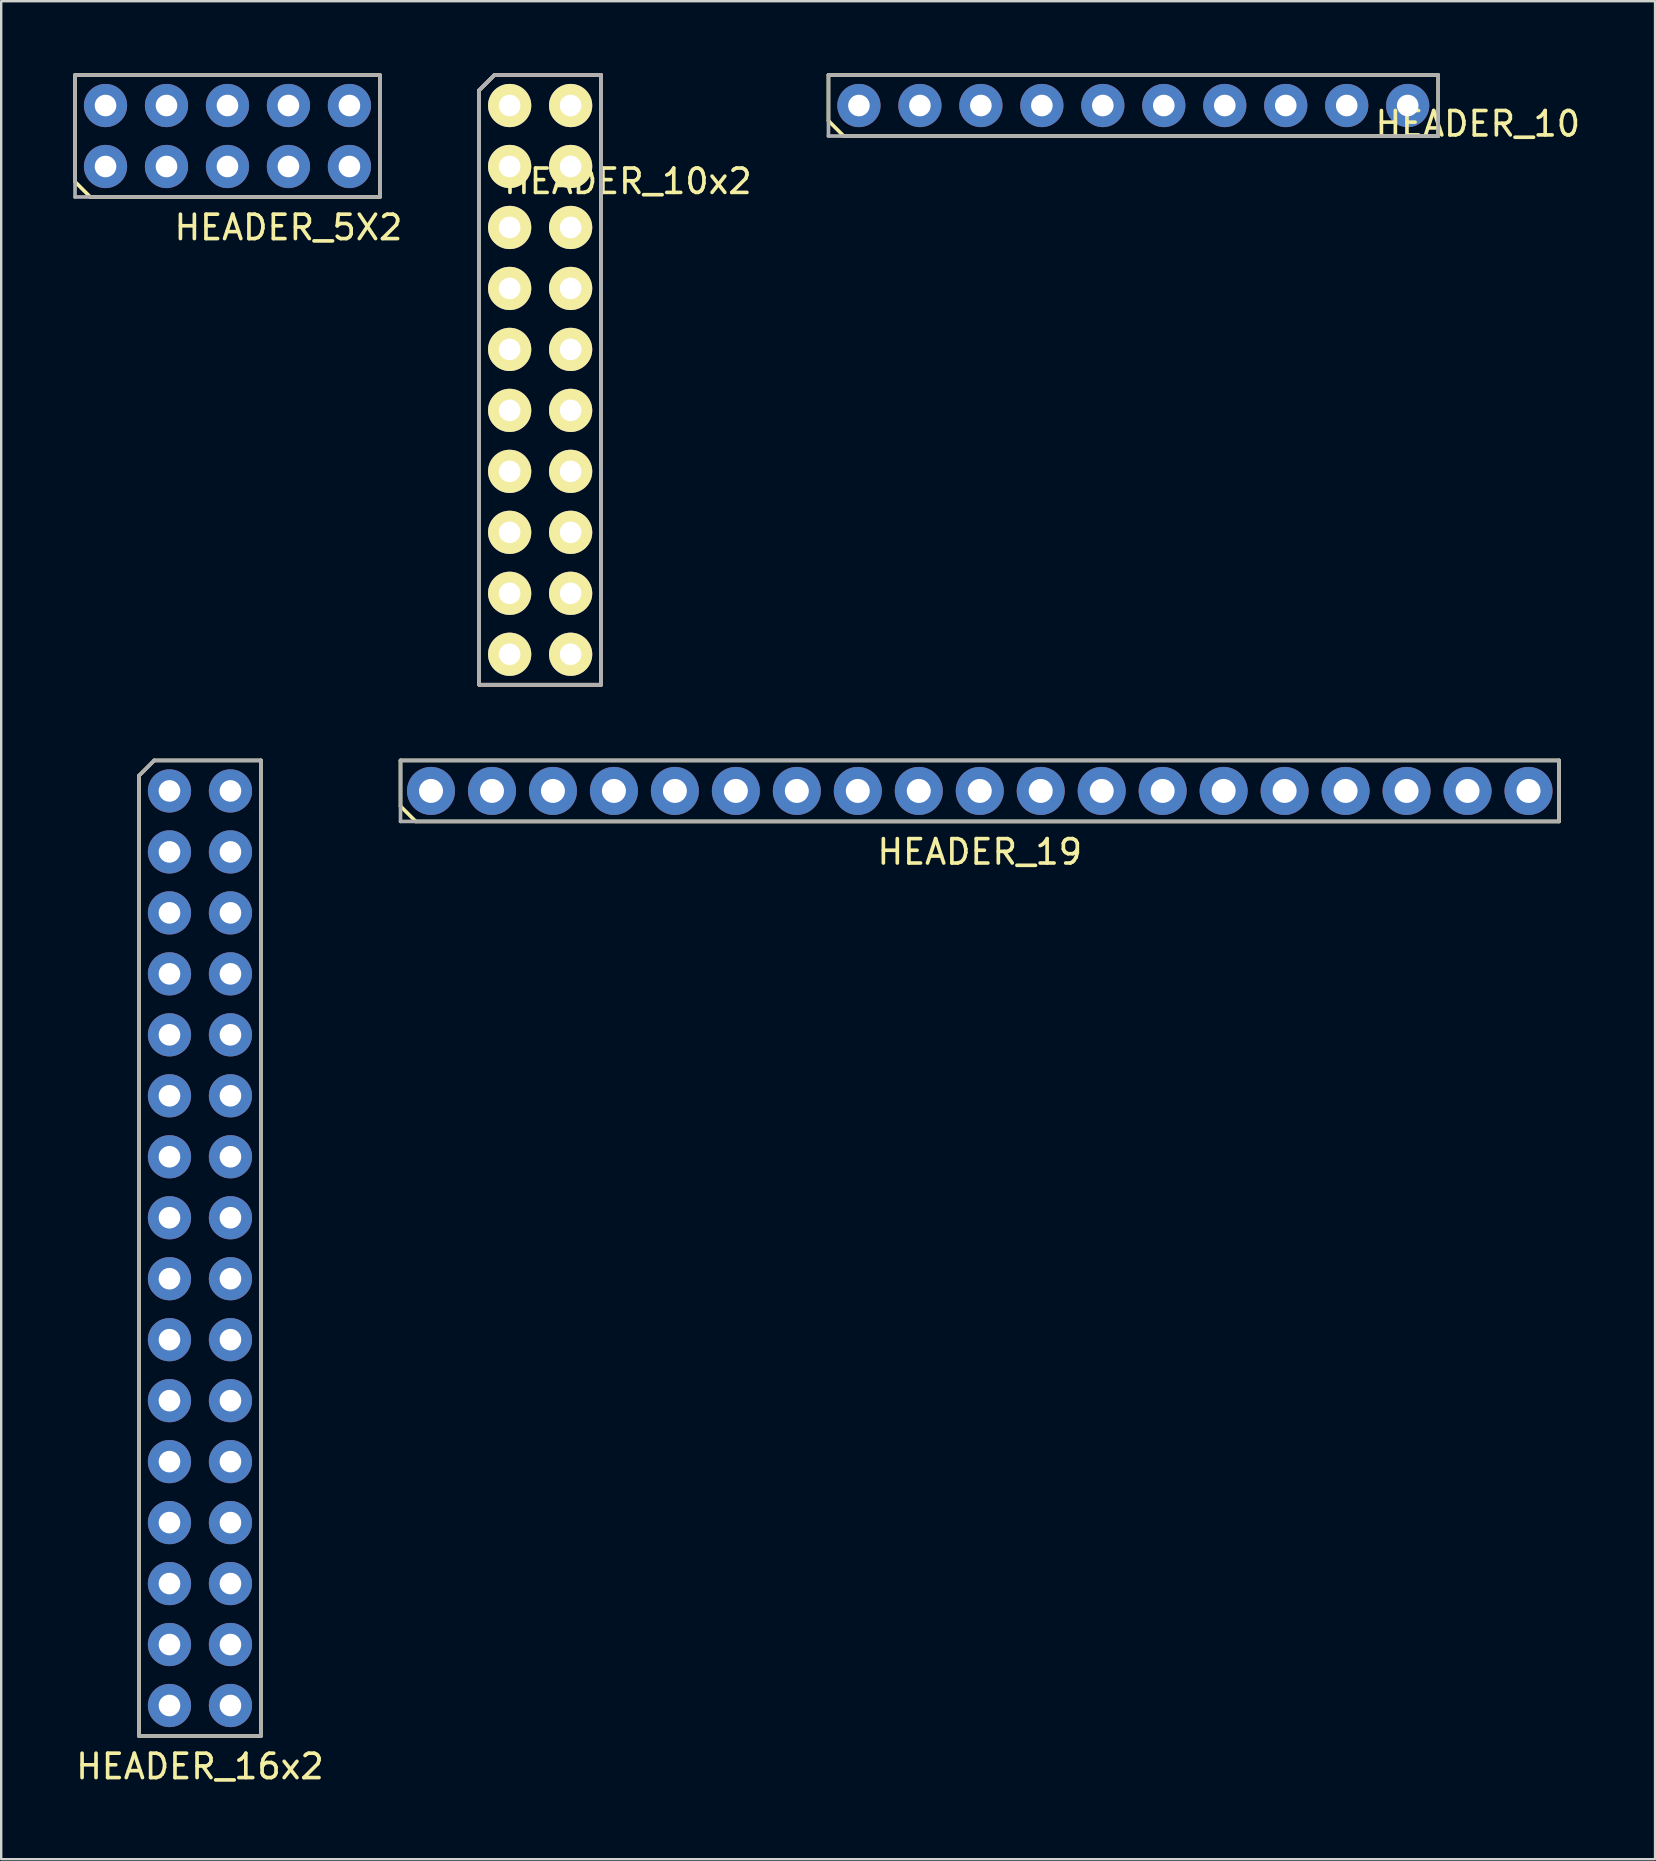
<source format=kicad_pcb>
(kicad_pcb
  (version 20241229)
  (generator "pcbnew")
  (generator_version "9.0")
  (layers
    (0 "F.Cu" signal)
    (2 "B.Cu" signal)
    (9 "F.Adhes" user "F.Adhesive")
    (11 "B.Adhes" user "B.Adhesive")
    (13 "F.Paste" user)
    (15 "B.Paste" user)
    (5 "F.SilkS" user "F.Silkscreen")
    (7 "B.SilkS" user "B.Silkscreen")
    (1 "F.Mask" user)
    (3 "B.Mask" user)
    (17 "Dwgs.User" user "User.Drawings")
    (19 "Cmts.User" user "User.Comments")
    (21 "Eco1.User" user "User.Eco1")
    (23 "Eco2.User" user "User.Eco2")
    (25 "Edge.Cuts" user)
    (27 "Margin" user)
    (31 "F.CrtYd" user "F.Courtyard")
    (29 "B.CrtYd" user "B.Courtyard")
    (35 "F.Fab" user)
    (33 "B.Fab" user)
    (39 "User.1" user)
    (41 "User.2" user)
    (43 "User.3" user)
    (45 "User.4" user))
  (footprint "HEADER_10"
    (layer "F.Cu")
    (at 44.162 1.346)
    (property "Reference" "HEADER_10" (at 14.351 0.762 0) (layer "F.SilkS") (effects (font (size 1.016 1.016) (thickness 0.152))))
    (attr through_hole)
    (fp_line (start -12.7 -1.27) (end 12.7 -1.27) (stroke (width 0.152) (type solid)) (layer "F.SilkS"))
    (fp_line (start -12.7 0.635) (end -12.7 -1.27) (stroke (width 0.152) (type solid)) (layer "F.SilkS"))
    (fp_line (start -12.7 0.635) (end -12.065 1.27) (stroke (width 0.152) (type solid)) (layer "F.SilkS"))
    (fp_line (start 12.7 1.27) (end -12.065 1.27) (stroke (width 0.152) (type solid)) (layer "F.SilkS"))
    (fp_line (start 12.7 1.27) (end 12.7 -1.27) (stroke (width 0.152) (type solid)) (layer "F.SilkS"))
    (fp_line (start -12.7 -1.27) (end 12.7 -1.27) (stroke (width 0.152) (type solid)) (layer "F.Fab"))
    (fp_line (start -12.7 1.27) (end -12.7 -1.27) (stroke (width 0.152) (type solid)) (layer "F.Fab"))
    (fp_line (start -12.7 1.27) (end 12.7 1.27) (stroke (width 0.152) (type solid)) (layer "F.Fab"))
    (fp_line (start 12.7 1.27) (end 12.7 -1.27) (stroke (width 0.152) (type solid)) (layer "F.Fab"))
    (pad "1" thru_hole circle (at -11.43 0) (size 1.8 1.8) (drill 0.9) (layers "*.Cu" "*.Mask"))
    (pad "2" thru_hole circle (at -8.89 0) (size 1.8 1.8) (drill 0.9) (layers "*.Cu" "*.Mask"))
    (pad "3" thru_hole circle (at -6.35 0) (size 1.8 1.8) (drill 0.9) (layers "*.Cu" "*.Mask"))
    (pad "4" thru_hole circle (at -3.81 0) (size 1.8 1.8) (drill 0.9) (layers "*.Cu" "*.Mask"))
    (pad "5" thru_hole circle (at -1.27 0) (size 1.8 1.8) (drill 0.9) (layers "*.Cu" "*.Mask"))
    (pad "6" thru_hole circle (at 1.27 0) (size 1.8 1.8) (drill 0.9) (layers "*.Cu" "*.Mask"))
    (pad "7" thru_hole circle (at 3.81 0) (size 1.8 1.8) (drill 0.9) (layers "*.Cu" "*.Mask"))
    (pad "8" thru_hole circle (at 6.35 0) (size 1.8 1.8) (drill 0.9) (layers "*.Cu" "*.Mask"))
    (pad "9" thru_hole circle (at 8.89 0) (size 1.8 1.8) (drill 0.9) (layers "*.Cu" "*.Mask"))
    (pad "10" thru_hole circle (at 11.43 0) (size 1.8 1.8) (drill 0.9) (layers "*.Cu" "*.Mask")))
  (footprint "HEADER_5X2"
    (layer "F.Cu")
    (at 6.426 2.616)
    (property "Reference" "HEADER_5X2" (at 2.54 3.81 0) (layer "F.SilkS") (effects (font (size 1.016 1.016) (thickness 0.152))))
    (attr through_hole)
    (fp_line (start -6.35 -2.54) (end 6.35 -2.54) (stroke (width 0.152) (type solid)) (layer "F.SilkS"))
    (fp_line (start -6.35 1.905) (end -6.35 -2.54) (stroke (width 0.152) (type solid)) (layer "F.SilkS"))
    (fp_line (start -5.715 2.54) (end -6.35 1.905) (stroke (width 0.152) (type solid)) (layer "F.SilkS"))
    (fp_line (start 6.35 -2.54) (end 6.35 2.54) (stroke (width 0.152) (type solid)) (layer "F.SilkS"))
    (fp_line (start 6.35 2.54) (end -5.715 2.54) (stroke (width 0.152) (type solid)) (layer "F.SilkS"))
    (fp_line (start -6.35 -2.54) (end -6.35 2.54) (stroke (width 0.152) (type solid)) (layer "F.Fab"))
    (fp_line (start -6.35 -2.54) (end 6.35 -2.54) (stroke (width 0.152) (type solid)) (layer "F.Fab"))
    (fp_line (start 6.35 -2.54) (end 6.35 2.54) (stroke (width 0.152) (type solid)) (layer "F.Fab"))
    (fp_line (start 6.35 2.54) (end -6.35 2.54) (stroke (width 0.152) (type solid)) (layer "F.Fab"))
    (pad "1" thru_hole circle (at -5.08 1.27) (size 1.8 1.8) (drill 0.9) (layers "*.Cu" "*.Mask"))
    (pad "2" thru_hole circle (at -5.08 -1.27) (size 1.8 1.8) (drill 0.9) (layers "*.Cu" "*.Mask"))
    (pad "3" thru_hole circle (at -2.54 1.27) (size 1.8 1.8) (drill 0.9) (layers "*.Cu" "*.Mask"))
    (pad "4" thru_hole circle (at -2.54 -1.27) (size 1.8 1.8) (drill 0.9) (layers "*.Cu" "*.Mask"))
    (pad "5" thru_hole circle (at 0 1.27) (size 1.8 1.8) (drill 0.9) (layers "*.Cu" "*.Mask"))
    (pad "6" thru_hole circle (at 0 -1.27) (size 1.8 1.8) (drill 0.9) (layers "*.Cu" "*.Mask"))
    (pad "7" thru_hole circle (at 2.54 1.27) (size 1.8 1.8) (drill 0.9) (layers "*.Cu" "*.Mask"))
    (pad "8" thru_hole circle (at 2.54 -1.27) (size 1.8 1.8) (drill 0.9) (layers "*.Cu" "*.Mask"))
    (pad "9" thru_hole circle (at 5.08 1.27) (size 1.8 1.8) (drill 0.9) (layers "*.Cu" "*.Mask"))
    (pad "10" thru_hole circle (at 5.08 -1.27) (size 1.8 1.8) (drill 0.9) (layers "*.Cu" "*.Mask")))
  (footprint "HEADER_19"
    (layer "F.Cu")
    (at 37.765 29.899)
    (property "Reference" "HEADER_19" (at 0 2.54 0) (layer "F.SilkS") (effects (font (size 1.016 1.016) (thickness 0.152))))
    (attr through_hole)
    (fp_line (start -24.13 -1.27) (end 24.13 -1.27) (stroke (width 0.152) (type solid)) (layer "F.SilkS"))
    (fp_line (start -24.13 0.635) (end -24.13 -1.27) (stroke (width 0.152) (type solid)) (layer "F.SilkS"))
    (fp_line (start -24.13 0.635) (end -23.495 1.27) (stroke (width 0.152) (type solid)) (layer "F.SilkS"))
    (fp_line (start 24.13 1.27) (end -23.495 1.27) (stroke (width 0.152) (type solid)) (layer "F.SilkS"))
    (fp_line (start 24.13 1.27) (end 24.13 -1.27) (stroke (width 0.152) (type solid)) (layer "F.SilkS"))
    (fp_line (start -24.13 -1.27) (end 24.13 -1.27) (stroke (width 0.152) (type solid)) (layer "F.Fab"))
    (fp_line (start -24.13 1.27) (end -24.13 -1.27) (stroke (width 0.152) (type solid)) (layer "F.Fab"))
    (fp_line (start -24.13 1.27) (end 24.13 1.27) (stroke (width 0.152) (type solid)) (layer "F.Fab"))
    (fp_line (start 24.13 1.27) (end 24.13 -1.27) (stroke (width 0.152) (type solid)) (layer "F.Fab"))
    (pad "1" thru_hole circle (at -22.86 0) (size 2 2) (drill 1) (layers "*.Cu" "*.Mask"))
    (pad "2" thru_hole circle (at -20.32 0) (size 2 2) (drill 1) (layers "*.Cu" "*.Mask"))
    (pad "3" thru_hole circle (at -17.78 0) (size 2 2) (drill 1) (layers "*.Cu" "*.Mask"))
    (pad "4" thru_hole circle (at -15.24 0) (size 2 2) (drill 1) (layers "*.Cu" "*.Mask"))
    (pad "5" thru_hole circle (at -12.7 0) (size 2 2) (drill 1) (layers "*.Cu" "*.Mask"))
    (pad "6" thru_hole circle (at -10.16 0) (size 2 2) (drill 1) (layers "*.Cu" "*.Mask"))
    (pad "7" thru_hole circle (at -7.62 0) (size 2 2) (drill 1) (layers "*.Cu" "*.Mask"))
    (pad "8" thru_hole circle (at -5.08 0) (size 2 2) (drill 1) (layers "*.Cu" "*.Mask"))
    (pad "9" thru_hole circle (at -2.54 0) (size 2 2) (drill 1) (layers "*.Cu" "*.Mask"))
    (pad "10" thru_hole circle (at 0 0) (size 2 2) (drill 1) (layers "*.Cu" "*.Mask"))
    (pad "11" thru_hole circle (at 2.54 0) (size 2 2) (drill 1) (layers "*.Cu" "*.Mask"))
    (pad "12" thru_hole circle (at 5.08 0) (size 2 2) (drill 1) (layers "*.Cu" "*.Mask"))
    (pad "13" thru_hole circle (at 7.62 0) (size 2 2) (drill 1) (layers "*.Cu" "*.Mask"))
    (pad "14" thru_hole circle (at 10.16 0) (size 2 2) (drill 1) (layers "*.Cu" "*.Mask"))
    (pad "15" thru_hole circle (at 12.7 0) (size 2 2) (drill 1) (layers "*.Cu" "*.Mask"))
    (pad "16" thru_hole circle (at 15.24 0) (size 2 2) (drill 1) (layers "*.Cu" "*.Mask"))
    (pad "17" thru_hole circle (at 17.78 0) (size 2 2) (drill 1) (layers "*.Cu" "*.Mask"))
    (pad "18" thru_hole circle (at 20.32 0) (size 2 2) (drill 1) (layers "*.Cu" "*.Mask"))
    (pad "19" thru_hole circle (at 22.86 0) (size 2 2) (drill 1) (layers "*.Cu" "*.Mask")))
  (footprint "HEADER_16x2"
    (layer "F.Cu")
    (at 5.28 48.949)
    (property "Reference" "HEADER_16x2" (at 0 21.59 0) (layer "F.SilkS") (effects (font (size 1.016 1.016) (thickness 0.152))))
    (attr through_hole)
    (fp_line (start -2.54 -19.685) (end -2.54 20.32) (stroke (width 0.152) (type solid)) (layer "F.SilkS"))
    (fp_line (start -2.54 -19.685) (end -1.905 -20.32) (stroke (width 0.152) (type solid)) (layer "F.SilkS"))
    (fp_line (start -1.905 -20.32) (end 2.54 -20.32) (stroke (width 0.152) (type solid)) (layer "F.SilkS"))
    (fp_line (start 2.54 -20.32) (end 2.54 20.32) (stroke (width 0.152) (type solid)) (layer "F.SilkS"))
    (fp_line (start 2.54 20.32) (end -2.54 20.32) (stroke (width 0.152) (type solid)) (layer "F.SilkS"))
    (fp_line (start -2.54 -19.685) (end -2.54 20.32) (stroke (width 0.152) (type solid)) (layer "F.Fab"))
    (fp_line (start -2.54 20.32) (end 2.54 20.32) (stroke (width 0.152) (type solid)) (layer "F.Fab"))
    (fp_line (start -1.905 -20.32) (end -2.54 -19.685) (stroke (width 0.152) (type solid)) (layer "F.Fab"))
    (fp_line (start 2.54 -20.32) (end -1.905 -20.32) (stroke (width 0.152) (type solid)) (layer "F.Fab"))
    (fp_line (start 2.54 20.32) (end 2.54 -20.32) (stroke (width 0.152) (type solid)) (layer "F.Fab"))
    (pad "1" thru_hole circle (at -1.27 -19.05) (size 1.8 1.8) (drill 0.9) (layers "*.Cu" "*.Mask"))
    (pad "2" thru_hole circle (at 1.27 -19.05) (size 1.8 1.8) (drill 0.9) (layers "*.Cu" "*.Mask"))
    (pad "3" thru_hole circle (at -1.27 -16.51) (size 1.8 1.8) (drill 0.9) (layers "*.Cu" "*.Mask"))
    (pad "4" thru_hole circle (at 1.27 -16.51) (size 1.8 1.8) (drill 0.9) (layers "*.Cu" "*.Mask"))
    (pad "5" thru_hole circle (at -1.27 -13.97) (size 1.8 1.8) (drill 0.9) (layers "*.Cu" "*.Mask"))
    (pad "6" thru_hole circle (at 1.27 -13.97) (size 1.8 1.8) (drill 0.9) (layers "*.Cu" "*.Mask"))
    (pad "7" thru_hole circle (at -1.27 -11.43) (size 1.8 1.8) (drill 0.9) (layers "*.Cu" "*.Mask"))
    (pad "8" thru_hole circle (at 1.27 -11.43) (size 1.8 1.8) (drill 0.9) (layers "*.Cu" "*.Mask"))
    (pad "9" thru_hole circle (at -1.27 -8.89) (size 1.8 1.8) (drill 0.9) (layers "*.Cu" "*.Mask"))
    (pad "10" thru_hole circle (at 1.27 -8.89) (size 1.8 1.8) (drill 0.9) (layers "*.Cu" "*.Mask"))
    (pad "11" thru_hole circle (at -1.27 -6.35) (size 1.8 1.8) (drill 0.9) (layers "*.Cu" "*.Mask"))
    (pad "12" thru_hole circle (at 1.27 -6.35) (size 1.8 1.8) (drill 0.9) (layers "*.Cu" "*.Mask"))
    (pad "13" thru_hole circle (at -1.27 -3.81) (size 1.8 1.8) (drill 0.9) (layers "*.Cu" "*.Mask"))
    (pad "14" thru_hole circle (at 1.27 -3.81) (size 1.8 1.8) (drill 0.9) (layers "*.Cu" "*.Mask"))
    (pad "15" thru_hole circle (at -1.27 -1.27) (size 1.8 1.8) (drill 0.9) (layers "*.Cu" "*.Mask"))
    (pad "16" thru_hole circle (at 1.27 -1.27) (size 1.8 1.8) (drill 0.9) (layers "*.Cu" "*.Mask"))
    (pad "17" thru_hole circle (at -1.27 1.27) (size 1.8 1.8) (drill 0.9) (layers "*.Cu" "*.Mask"))
    (pad "18" thru_hole circle (at 1.27 1.27) (size 1.8 1.8) (drill 0.9) (layers "*.Cu" "*.Mask"))
    (pad "19" thru_hole circle (at -1.27 3.81) (size 1.8 1.8) (drill 0.9) (layers "*.Cu" "*.Mask"))
    (pad "20" thru_hole circle (at 1.27 3.81) (size 1.8 1.8) (drill 0.9) (layers "*.Cu" "*.Mask"))
    (pad "21" thru_hole circle (at -1.27 6.35) (size 1.8 1.8) (drill 0.9) (layers "*.Cu" "*.Mask"))
    (pad "22" thru_hole circle (at 1.27 6.35) (size 1.8 1.8) (drill 0.9) (layers "*.Cu" "*.Mask"))
    (pad "23" thru_hole circle (at -1.27 8.89) (size 1.8 1.8) (drill 0.9) (layers "*.Cu" "*.Mask"))
    (pad "24" thru_hole circle (at 1.27 8.89) (size 1.8 1.8) (drill 0.9) (layers "*.Cu" "*.Mask"))
    (pad "25" thru_hole circle (at -1.27 11.43) (size 1.8 1.8) (drill 0.9) (layers "*.Cu" "*.Mask"))
    (pad "26" thru_hole circle (at 1.27 11.43) (size 1.8 1.8) (drill 0.9) (layers "*.Cu" "*.Mask"))
    (pad "27" thru_hole circle (at -1.27 13.97) (size 1.8 1.8) (drill 0.9) (layers "*.Cu" "*.Mask"))
    (pad "28" thru_hole circle (at 1.27 13.97) (size 1.8 1.8) (drill 0.9) (layers "*.Cu" "*.Mask"))
    (pad "29" thru_hole circle (at -1.27 16.51) (size 1.8 1.8) (drill 0.9) (layers "*.Cu" "*.Mask"))
    (pad "30" thru_hole circle (at 1.27 16.51) (size 1.8 1.8) (drill 0.9) (layers "*.Cu" "*.Mask"))
    (pad "31" thru_hole circle (at -1.27 19.05) (size 1.8 1.8) (drill 0.9) (layers "*.Cu" "*.Mask"))
    (pad "32" thru_hole circle (at 1.27 19.05) (size 1.8 1.8) (drill 0.9) (layers "*.Cu" "*.Mask")))
  (footprint "HEADER_10x2"
    (layer "F.Cu")
    (at 19.451 12.776)
    (property "Reference" "HEADER_10x2" (at 3.655 -8.273 0) (layer "F.SilkS") (effects (font (size 1.016 1.016) (thickness 0.152))))
    (attr through_hole)
    (fp_line (start -2.54 -12.065) (end -1.905 -12.7) (stroke (width 0.152) (type solid)) (layer "F.SilkS"))
    (fp_line (start -2.54 12.7) (end -2.54 -12.065) (stroke (width 0.152) (type solid)) (layer "F.SilkS"))
    (fp_line (start -1.905 -12.7) (end 2.54 -12.7) (stroke (width 0.152) (type solid)) (layer "F.SilkS"))
    (fp_line (start 2.54 -12.7) (end 2.54 12.7) (stroke (width 0.152) (type solid)) (layer "F.SilkS"))
    (fp_line (start 2.54 12.7) (end -2.54 12.7) (stroke (width 0.152) (type solid)) (layer "F.SilkS"))
    (fp_line (start -2.54 -12.065) (end -1.905 -12.7) (stroke (width 0.152) (type solid)) (layer "B.SilkS"))
    (fp_line (start -2.54 12.7) (end -2.54 -12.065) (stroke (width 0.152) (type solid)) (layer "B.SilkS"))
    (fp_line (start -1.905 -12.7) (end 2.54 -12.7) (stroke (width 0.152) (type solid)) (layer "B.SilkS"))
    (fp_line (start 2.54 -12.7) (end 2.54 12.7) (stroke (width 0.152) (type solid)) (layer "B.SilkS"))
    (fp_line (start 2.54 12.7) (end -2.54 12.7) (stroke (width 0.152) (type solid)) (layer "B.SilkS"))
    (fp_line (start -2.54 12.7) (end -2.54 -12.065) (stroke (width 0.152) (type solid)) (layer "F.Fab"))
    (fp_line (start -2.54 12.7) (end 2.54 12.7) (stroke (width 0.152) (type solid)) (layer "F.Fab"))
    (fp_line (start -1.905 -12.7) (end -2.54 -12.065) (stroke (width 0.152) (type solid)) (layer "F.Fab"))
    (fp_line (start 2.54 -12.7) (end -1.905 -12.7) (stroke (width 0.152) (type solid)) (layer "F.Fab"))
    (fp_line (start 2.54 -12.7) (end 2.54 12.7) (stroke (width 0.152) (type solid)) (layer "F.Fab"))
    (pad "1" thru_hole circle (at -1.27 -11.43) (size 1.8 1.8) (drill 0.9) (layers "*.Cu" "*.Mask" "F.SilkS"))
    (pad "2" thru_hole circle (at 1.27 -11.43) (size 1.8 1.8) (drill 0.9) (layers "*.Cu" "*.Mask" "F.SilkS"))
    (pad "3" thru_hole circle (at -1.27 -8.89) (size 1.8 1.8) (drill 0.9) (layers "*.Cu" "*.Mask" "F.SilkS"))
    (pad "4" thru_hole circle (at 1.27 -8.89) (size 1.8 1.8) (drill 0.9) (layers "*.Cu" "*.Mask" "F.SilkS"))
    (pad "5" thru_hole circle (at -1.27 -6.35) (size 1.8 1.8) (drill 0.9) (layers "*.Cu" "*.Mask" "F.SilkS"))
    (pad "6" thru_hole circle (at 1.27 -6.35) (size 1.8 1.8) (drill 0.9) (layers "*.Cu" "*.Mask" "F.SilkS"))
    (pad "7" thru_hole circle (at -1.27 -3.81) (size 1.8 1.8) (drill 0.9) (layers "*.Cu" "*.Mask" "F.SilkS"))
    (pad "8" thru_hole circle (at 1.27 -3.81) (size 1.8 1.8) (drill 0.9) (layers "*.Cu" "*.Mask" "F.SilkS"))
    (pad "9" thru_hole circle (at -1.27 -1.27) (size 1.8 1.8) (drill 0.9) (layers "*.Cu" "*.Mask" "F.SilkS"))
    (pad "10" thru_hole circle (at 1.27 -1.27) (size 1.8 1.8) (drill 0.9) (layers "*.Cu" "*.Mask" "F.SilkS"))
    (pad "11" thru_hole circle (at -1.27 1.27) (size 1.8 1.8) (drill 0.9) (layers "*.Cu" "*.Mask" "F.SilkS"))
    (pad "12" thru_hole circle (at 1.27 1.27) (size 1.8 1.8) (drill 0.9) (layers "*.Cu" "*.Mask" "F.SilkS"))
    (pad "13" thru_hole circle (at -1.27 3.81) (size 1.8 1.8) (drill 0.9) (layers "*.Cu" "*.Mask" "F.SilkS"))
    (pad "14" thru_hole circle (at 1.27 3.81) (size 1.8 1.8) (drill 0.9) (layers "*.Cu" "*.Mask" "F.SilkS"))
    (pad "15" thru_hole circle (at -1.27 6.35) (size 1.8 1.8) (drill 0.9) (layers "*.Cu" "*.Mask" "F.SilkS"))
    (pad "16" thru_hole circle (at 1.27 6.35) (size 1.8 1.8) (drill 0.9) (layers "*.Cu" "*.Mask" "F.SilkS"))
    (pad "17" thru_hole circle (at -1.27 8.89) (size 1.8 1.8) (drill 0.9) (layers "*.Cu" "*.Mask" "F.SilkS"))
    (pad "18" thru_hole circle (at 1.27 8.89) (size 1.8 1.8) (drill 0.9) (layers "*.Cu" "*.Mask" "F.SilkS"))
    (pad "19" thru_hole circle (at -1.27 11.43) (size 1.8 1.8) (drill 0.9) (layers "*.Cu" "*.Mask" "F.SilkS"))
    (pad "20" thru_hole circle (at 1.27 11.43) (size 1.8 1.8) (drill 0.9) (layers "*.Cu" "*.Mask" "F.SilkS")))
  (gr_rect
    (start -3 -3)
    (end 65.897 74.4)
    (stroke (width 0.1) (type default))
    (fill no)
    (layer "Edge.Cuts")))
</source>
